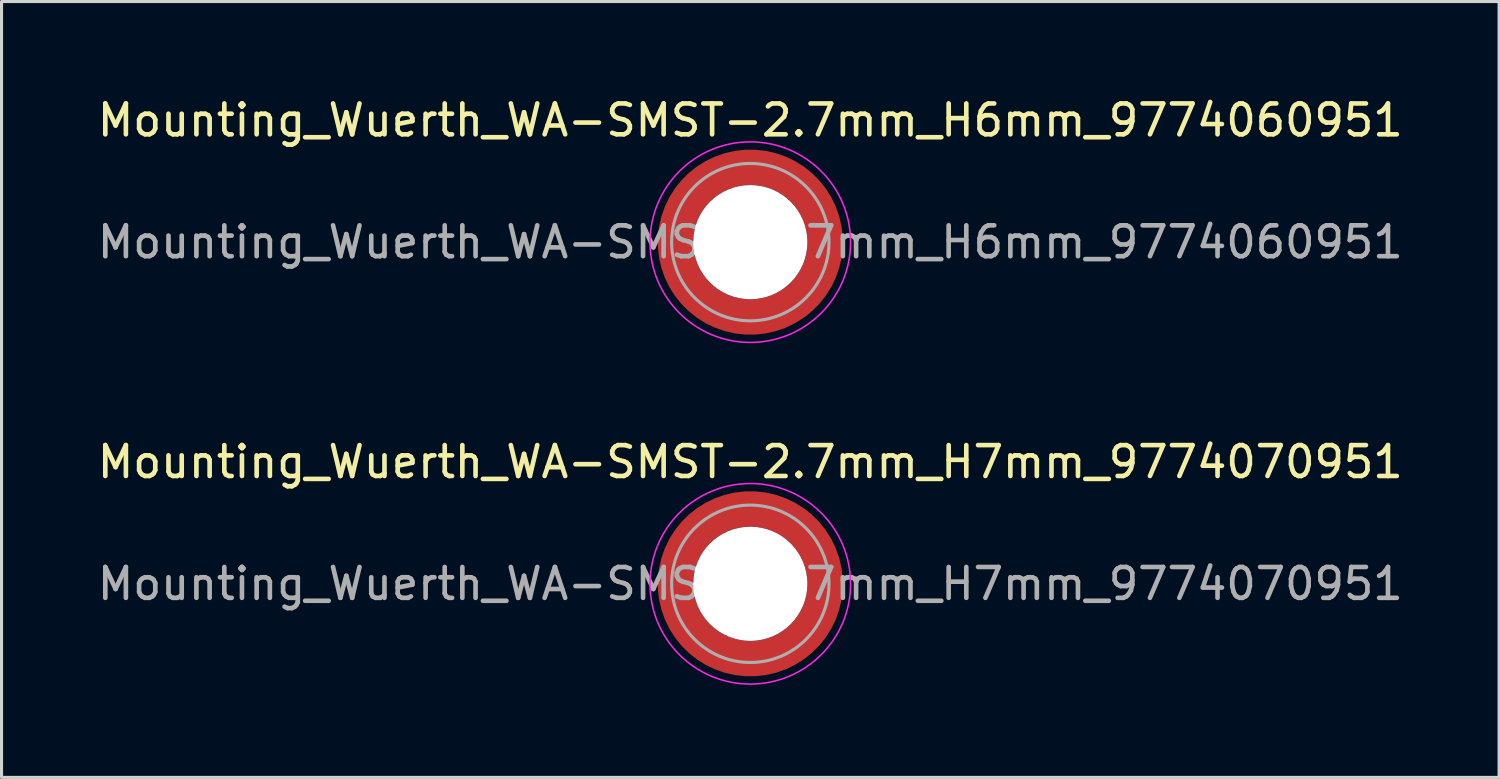
<source format=kicad_pcb>
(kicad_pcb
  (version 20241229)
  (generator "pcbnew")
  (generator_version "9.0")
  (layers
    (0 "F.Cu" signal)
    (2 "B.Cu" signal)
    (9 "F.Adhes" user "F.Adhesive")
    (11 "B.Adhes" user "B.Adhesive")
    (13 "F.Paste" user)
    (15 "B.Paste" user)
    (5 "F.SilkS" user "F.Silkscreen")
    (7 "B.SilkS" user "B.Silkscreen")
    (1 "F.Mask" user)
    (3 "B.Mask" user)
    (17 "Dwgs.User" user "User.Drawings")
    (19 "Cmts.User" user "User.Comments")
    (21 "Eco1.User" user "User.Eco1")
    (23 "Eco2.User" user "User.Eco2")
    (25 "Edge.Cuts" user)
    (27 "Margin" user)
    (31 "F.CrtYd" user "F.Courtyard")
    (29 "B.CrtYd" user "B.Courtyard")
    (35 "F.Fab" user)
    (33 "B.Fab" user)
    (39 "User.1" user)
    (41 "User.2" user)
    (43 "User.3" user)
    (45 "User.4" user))
  (footprint "Mounting_Wuerth_WA-SMST-2.7mm_H7mm_9774070951"
    (layer "F.Cu")
    (at 21.268 15.871)
    (property "Reference" "Mounting_Wuerth_WA-SMST-2.7mm_H7mm_9774070951" (at 0 -3.95 0) (layer "F.SilkS") (effects (font (size 1 1) (thickness 0.15))))
    (attr smd)
    (fp_circle (center 0 0) (end 3.25 0) (stroke (width 0.05) (type solid)) (fill no) (layer "F.CrtYd"))
    (fp_circle (center 0 0) (end 2.55 0) (stroke (width 0.1) (type solid)) (fill no) (layer "F.Fab"))
    (fp_text user "${REFERENCE}" (at 0 0 0) (layer "F.Fab") (effects (font (size 1 1) (thickness 0.15))))
    (pad "" smd custom (at -1.704 -1.704) (size 0.62 0.62) (layers "F.Paste") (options (anchor circle)) (primitives (gr_arc (start -0.250195 1.279127) (mid 0.289146 0.290681) (end 1.277006 -0.249732) (width 0.2)) (gr_arc (start -0.34334 1.279127) (mid 0.224883 0.226093) (end 1.277452 -0.342992) (width 0.2)) (gr_arc (start -0.436309 1.279127) (mid 0.160537 0.16159) (end 1.277666 -0.436018) (width 0.2)) (gr_arc (start -0.529126 1.279127) (mid 0.095932 0.097343) (end 1.277167 -0.528752) (width 0.2)) (gr_arc (start -0.621807 1.279127) (mid 0.0309 0.033527) (end 1.275473 -0.621136) (width 0.2)) (gr_arc (start -0.71437 1.279127) (mid -0.03322 -0.031206) (end 1.276322 -0.713875) (width 0.2)) (gr_arc (start -0.806826 1.279127) (mid -0.097997 -0.095278) (end 1.275336 -0.806181) (width 0.2)) (gr_arc (start -0.899187 1.279127) (mid -0.161977 -0.16015) (end 1.276577 -0.898769) (width 0.2)) (gr_arc (start -0.991463 1.279127) (mid -0.226842 -0.224133) (end 1.275343 -0.990864) (width 0.2)) (gr_arc (start -1.083663 1.279127) (mid -0.291026 -0.288801) (end 1.276016 -1.083187) (width 0.2)) (gr_line (start 1.279 -0.25) (end 1.279 -1.084) (width 0.2)) (gr_line (start -0.25 1.279) (end -1.084 1.279) (width 0.2))))
    (pad "" smd custom (at -1.704 1.704) (size 0.62 0.62) (layers "F.Paste") (options (anchor circle)) (primitives (gr_arc (start 1.279127 0.250195) (mid 0.290681 -0.289146) (end -0.249732 -1.277006) (width 0.2)) (gr_arc (start 1.279127 0.34334) (mid 0.226093 -0.224883) (end -0.342992 -1.277452) (width 0.2)) (gr_arc (start 1.279127 0.436309) (mid 0.16159 -0.160537) (end -0.436018 -1.277666) (width 0.2)) (gr_arc (start 1.279127 0.529126) (mid 0.097343 -0.095932) (end -0.528752 -1.277167) (width 0.2)) (gr_arc (start 1.279127 0.621807) (mid 0.033527 -0.0309) (end -0.621136 -1.275473) (width 0.2)) (gr_arc (start 1.279127 0.71437) (mid -0.031206 0.03322) (end -0.713875 -1.276322) (width 0.2)) (gr_arc (start 1.279127 0.806826) (mid -0.095278 0.097997) (end -0.806181 -1.275336) (width 0.2)) (gr_arc (start 1.279127 0.899187) (mid -0.16015 0.161977) (end -0.898769 -1.276577) (width 0.2)) (gr_arc (start 1.279127 0.991463) (mid -0.224133 0.226842) (end -0.990864 -1.275343) (width 0.2)) (gr_arc (start 1.279127 1.083663) (mid -0.288801 0.291026) (end -1.083187 -1.276016) (width 0.2)) (gr_line (start -0.25 -1.279) (end -1.084 -1.279) (width 0.2)) (gr_line (start 1.279 0.25) (end 1.279 1.084) (width 0.2))))
    (pad "" np_thru_hole circle (at 0 0) (size 3.7 3.7) (drill 3.7) (layers "*.Cu" "*.Mask"))
    (pad "" smd custom (at 1.704 -1.704) (size 0.62 0.62) (layers "F.Paste") (options (anchor circle)) (primitives (gr_arc (start -1.279127 -0.250195) (mid -0.290681 0.289146) (end 0.249732 1.277006) (width 0.2)) (gr_arc (start -1.279127 -0.34334) (mid -0.226093 0.224883) (end 0.342992 1.277452) (width 0.2)) (gr_arc (start -1.279127 -0.436309) (mid -0.16159 0.160537) (end 0.436018 1.277666) (width 0.2)) (gr_arc (start -1.279127 -0.529126) (mid -0.097343 0.095932) (end 0.528752 1.277167) (width 0.2)) (gr_arc (start -1.279127 -0.621807) (mid -0.033527 0.0309) (end 0.621136 1.275473) (width 0.2)) (gr_arc (start -1.279127 -0.71437) (mid 0.031206 -0.03322) (end 0.713875 1.276322) (width 0.2)) (gr_arc (start -1.279127 -0.806826) (mid 0.095278 -0.097997) (end 0.806181 1.275336) (width 0.2)) (gr_arc (start -1.279127 -0.899187) (mid 0.16015 -0.161977) (end 0.898769 1.276577) (width 0.2)) (gr_arc (start -1.279127 -0.991463) (mid 0.224133 -0.226842) (end 0.990864 1.275343) (width 0.2)) (gr_arc (start -1.279127 -1.083663) (mid 0.288801 -0.291026) (end 1.083187 1.276016) (width 0.2)) (gr_line (start 0.25 1.279) (end 1.084 1.279) (width 0.2)) (gr_line (start -1.279 -0.25) (end -1.279 -1.084) (width 0.2))))
    (pad "" smd custom (at 1.704 1.704) (size 0.62 0.62) (layers "F.Paste") (options (anchor circle)) (primitives (gr_arc (start 0.250195 -1.279127) (mid -0.289146 -0.290681) (end -1.277006 0.249732) (width 0.2)) (gr_arc (start 0.34334 -1.279127) (mid -0.224883 -0.226093) (end -1.277452 0.342992) (width 0.2)) (gr_arc (start 0.436309 -1.279127) (mid -0.160537 -0.16159) (end -1.277666 0.436018) (width 0.2)) (gr_arc (start 0.529126 -1.279127) (mid -0.095932 -0.097343) (end -1.277167 0.528752) (width 0.2)) (gr_arc (start 0.621807 -1.279127) (mid -0.0309 -0.033527) (end -1.275473 0.621136) (width 0.2)) (gr_arc (start 0.71437 -1.279127) (mid 0.03322 0.031206) (end -1.276322 0.713875) (width 0.2)) (gr_arc (start 0.806826 -1.279127) (mid 0.097997 0.095278) (end -1.275336 0.806181) (width 0.2)) (gr_arc (start 0.899187 -1.279127) (mid 0.161977 0.16015) (end -1.276577 0.898769) (width 0.2)) (gr_arc (start 0.991463 -1.279127) (mid 0.226842 0.224133) (end -1.275343 0.990864) (width 0.2)) (gr_arc (start 1.083663 -1.279127) (mid 0.291026 0.288801) (end -1.276016 1.083187) (width 0.2)) (gr_line (start -1.279 0.25) (end -1.279 1.084) (width 0.2)) (gr_line (start 0.25 -1.279) (end 1.084 -1.279) (width 0.2))))
    (pad "1" smd circle (at -2.425 0) (size 0.75 0.75) (layers "F.Cu"))
    (pad "1" smd circle (at 0 -2.425) (size 0.75 0.75) (layers "F.Cu"))
    (pad "1" smd circle (at 0 2.425) (size 0.75 0.75) (layers "F.Cu"))
    (pad "1" smd custom (at 2.425 0) (size 0.75 0.75) (layers "F.Cu" "F.Mask") (options (anchor circle)) (primitives (gr_circle (center -2.425 0) (end 0 0) (width 1.15) (fill no)))))
  (footprint "Mounting_Wuerth_WA-SMST-2.7mm_H6mm_9774060951"
    (layer "F.Cu")
    (at 21.268 4.798)
    (property "Reference" "Mounting_Wuerth_WA-SMST-2.7mm_H6mm_9774060951" (at 0 -3.95 0) (layer "F.SilkS") (effects (font (size 1 1) (thickness 0.15))))
    (attr smd)
    (fp_circle (center 0 0) (end 3.25 0) (stroke (width 0.05) (type solid)) (fill no) (layer "F.CrtYd"))
    (fp_circle (center 0 0) (end 2.55 0) (stroke (width 0.1) (type solid)) (fill no) (layer "F.Fab"))
    (fp_text user "${REFERENCE}" (at 0 0 0) (layer "F.Fab") (effects (font (size 1 1) (thickness 0.15))))
    (pad "" smd custom (at -1.704 -1.704) (size 0.62 0.62) (layers "F.Paste") (options (anchor circle)) (primitives (gr_arc (start -0.250195 1.279127) (mid 0.289146 0.290681) (end 1.277006 -0.249732) (width 0.2)) (gr_arc (start -0.34334 1.279127) (mid 0.224883 0.226093) (end 1.277452 -0.342992) (width 0.2)) (gr_arc (start -0.436309 1.279127) (mid 0.160537 0.16159) (end 1.277666 -0.436018) (width 0.2)) (gr_arc (start -0.529126 1.279127) (mid 0.095932 0.097343) (end 1.277167 -0.528752) (width 0.2)) (gr_arc (start -0.621807 1.279127) (mid 0.0309 0.033527) (end 1.275473 -0.621136) (width 0.2)) (gr_arc (start -0.71437 1.279127) (mid -0.03322 -0.031206) (end 1.276322 -0.713875) (width 0.2)) (gr_arc (start -0.806826 1.279127) (mid -0.097997 -0.095278) (end 1.275336 -0.806181) (width 0.2)) (gr_arc (start -0.899187 1.279127) (mid -0.161977 -0.16015) (end 1.276577 -0.898769) (width 0.2)) (gr_arc (start -0.991463 1.279127) (mid -0.226842 -0.224133) (end 1.275343 -0.990864) (width 0.2)) (gr_arc (start -1.083663 1.279127) (mid -0.291026 -0.288801) (end 1.276016 -1.083187) (width 0.2)) (gr_line (start 1.279 -0.25) (end 1.279 -1.084) (width 0.2)) (gr_line (start -0.25 1.279) (end -1.084 1.279) (width 0.2))))
    (pad "" smd custom (at -1.704 1.704) (size 0.62 0.62) (layers "F.Paste") (options (anchor circle)) (primitives (gr_arc (start 1.279127 0.250195) (mid 0.290681 -0.289146) (end -0.249732 -1.277006) (width 0.2)) (gr_arc (start 1.279127 0.34334) (mid 0.226093 -0.224883) (end -0.342992 -1.277452) (width 0.2)) (gr_arc (start 1.279127 0.436309) (mid 0.16159 -0.160537) (end -0.436018 -1.277666) (width 0.2)) (gr_arc (start 1.279127 0.529126) (mid 0.097343 -0.095932) (end -0.528752 -1.277167) (width 0.2)) (gr_arc (start 1.279127 0.621807) (mid 0.033527 -0.0309) (end -0.621136 -1.275473) (width 0.2)) (gr_arc (start 1.279127 0.71437) (mid -0.031206 0.03322) (end -0.713875 -1.276322) (width 0.2)) (gr_arc (start 1.279127 0.806826) (mid -0.095278 0.097997) (end -0.806181 -1.275336) (width 0.2)) (gr_arc (start 1.279127 0.899187) (mid -0.16015 0.161977) (end -0.898769 -1.276577) (width 0.2)) (gr_arc (start 1.279127 0.991463) (mid -0.224133 0.226842) (end -0.990864 -1.275343) (width 0.2)) (gr_arc (start 1.279127 1.083663) (mid -0.288801 0.291026) (end -1.083187 -1.276016) (width 0.2)) (gr_line (start -0.25 -1.279) (end -1.084 -1.279) (width 0.2)) (gr_line (start 1.279 0.25) (end 1.279 1.084) (width 0.2))))
    (pad "" np_thru_hole circle (at 0 0) (size 3.7 3.7) (drill 3.7) (layers "*.Cu" "*.Mask"))
    (pad "" smd custom (at 1.704 -1.704) (size 0.62 0.62) (layers "F.Paste") (options (anchor circle)) (primitives (gr_arc (start -1.279127 -0.250195) (mid -0.290681 0.289146) (end 0.249732 1.277006) (width 0.2)) (gr_arc (start -1.279127 -0.34334) (mid -0.226093 0.224883) (end 0.342992 1.277452) (width 0.2)) (gr_arc (start -1.279127 -0.436309) (mid -0.16159 0.160537) (end 0.436018 1.277666) (width 0.2)) (gr_arc (start -1.279127 -0.529126) (mid -0.097343 0.095932) (end 0.528752 1.277167) (width 0.2)) (gr_arc (start -1.279127 -0.621807) (mid -0.033527 0.0309) (end 0.621136 1.275473) (width 0.2)) (gr_arc (start -1.279127 -0.71437) (mid 0.031206 -0.03322) (end 0.713875 1.276322) (width 0.2)) (gr_arc (start -1.279127 -0.806826) (mid 0.095278 -0.097997) (end 0.806181 1.275336) (width 0.2)) (gr_arc (start -1.279127 -0.899187) (mid 0.16015 -0.161977) (end 0.898769 1.276577) (width 0.2)) (gr_arc (start -1.279127 -0.991463) (mid 0.224133 -0.226842) (end 0.990864 1.275343) (width 0.2)) (gr_arc (start -1.279127 -1.083663) (mid 0.288801 -0.291026) (end 1.083187 1.276016) (width 0.2)) (gr_line (start 0.25 1.279) (end 1.084 1.279) (width 0.2)) (gr_line (start -1.279 -0.25) (end -1.279 -1.084) (width 0.2))))
    (pad "" smd custom (at 1.704 1.704) (size 0.62 0.62) (layers "F.Paste") (options (anchor circle)) (primitives (gr_arc (start 0.250195 -1.279127) (mid -0.289146 -0.290681) (end -1.277006 0.249732) (width 0.2)) (gr_arc (start 0.34334 -1.279127) (mid -0.224883 -0.226093) (end -1.277452 0.342992) (width 0.2)) (gr_arc (start 0.436309 -1.279127) (mid -0.160537 -0.16159) (end -1.277666 0.436018) (width 0.2)) (gr_arc (start 0.529126 -1.279127) (mid -0.095932 -0.097343) (end -1.277167 0.528752) (width 0.2)) (gr_arc (start 0.621807 -1.279127) (mid -0.0309 -0.033527) (end -1.275473 0.621136) (width 0.2)) (gr_arc (start 0.71437 -1.279127) (mid 0.03322 0.031206) (end -1.276322 0.713875) (width 0.2)) (gr_arc (start 0.806826 -1.279127) (mid 0.097997 0.095278) (end -1.275336 0.806181) (width 0.2)) (gr_arc (start 0.899187 -1.279127) (mid 0.161977 0.16015) (end -1.276577 0.898769) (width 0.2)) (gr_arc (start 0.991463 -1.279127) (mid 0.226842 0.224133) (end -1.275343 0.990864) (width 0.2)) (gr_arc (start 1.083663 -1.279127) (mid 0.291026 0.288801) (end -1.276016 1.083187) (width 0.2)) (gr_line (start -1.279 0.25) (end -1.279 1.084) (width 0.2)) (gr_line (start 0.25 -1.279) (end 1.084 -1.279) (width 0.2))))
    (pad "1" smd circle (at -2.425 0) (size 0.75 0.75) (layers "F.Cu"))
    (pad "1" smd circle (at 0 -2.425) (size 0.75 0.75) (layers "F.Cu"))
    (pad "1" smd circle (at 0 2.425) (size 0.75 0.75) (layers "F.Cu"))
    (pad "1" smd custom (at 2.425 0) (size 0.75 0.75) (layers "F.Cu" "F.Mask") (options (anchor circle)) (primitives (gr_circle (center -2.425 0) (end 0 0) (width 1.15) (fill no)))))
  (gr_rect
    (start -3 -3)
    (end 45.536 22.146)
    (stroke (width 0.1) (type default))
    (fill no)
    (layer "Edge.Cuts")))
</source>
